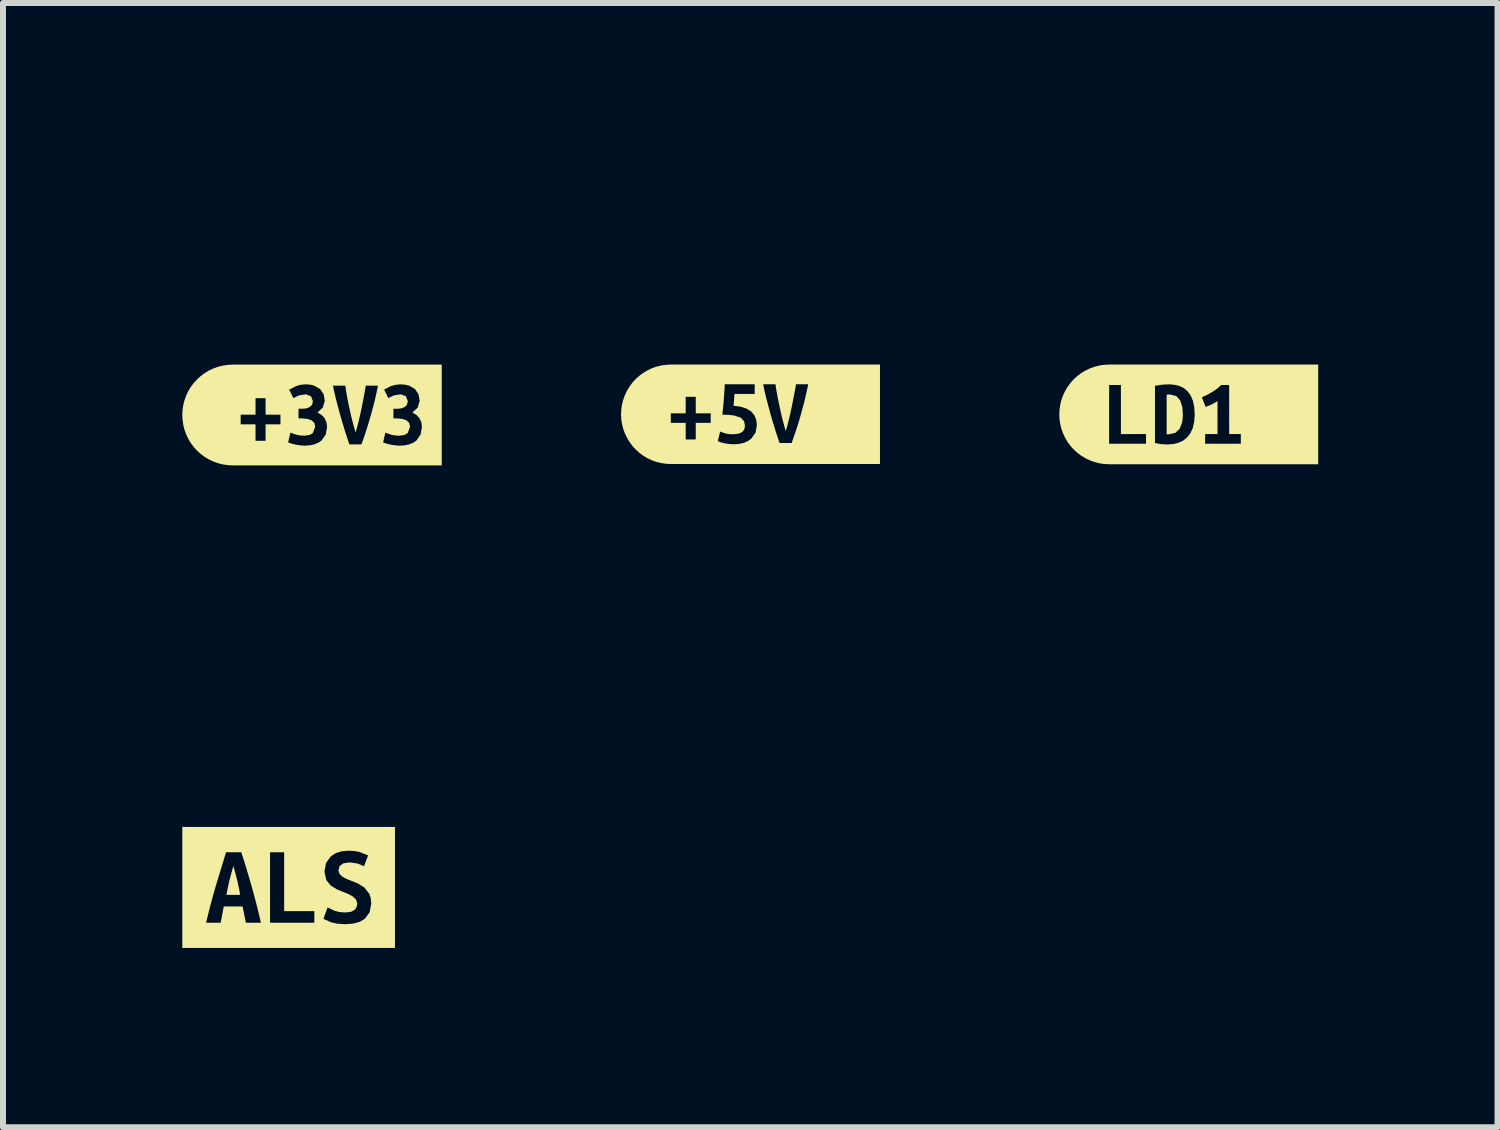
<source format=kicad_pcb>
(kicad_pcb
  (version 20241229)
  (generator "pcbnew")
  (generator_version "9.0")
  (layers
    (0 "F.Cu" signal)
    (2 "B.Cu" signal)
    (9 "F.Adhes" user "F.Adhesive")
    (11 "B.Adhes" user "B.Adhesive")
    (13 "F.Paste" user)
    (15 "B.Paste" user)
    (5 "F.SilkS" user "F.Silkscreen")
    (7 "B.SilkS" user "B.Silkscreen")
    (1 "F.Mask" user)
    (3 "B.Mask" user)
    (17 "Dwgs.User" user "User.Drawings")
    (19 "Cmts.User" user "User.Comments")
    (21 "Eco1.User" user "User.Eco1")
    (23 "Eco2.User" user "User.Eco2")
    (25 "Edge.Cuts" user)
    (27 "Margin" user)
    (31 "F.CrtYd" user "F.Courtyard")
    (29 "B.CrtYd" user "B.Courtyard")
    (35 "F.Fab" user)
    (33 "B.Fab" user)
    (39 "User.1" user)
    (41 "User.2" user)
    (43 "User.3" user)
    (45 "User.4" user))
  (footprint "kibuzzard-645AB211"
    (layer "F.Cu")
    (at 16.838 3.883)
    (property "Reference" "kibuzzard-645AB211" (at 0 -3.882 0) (layer "F.SilkS") (effects (font (size 0.001 0.001) (thickness 0.15))))
    (attr board_only exclude_from_pos_files exclude_from_bom)
    (fp_poly (pts (xy -0.37 0.332) (xy -0.353 0.333) (xy -0.335 0.333) (xy -0.223 0.308) (xy -0.15 0.238) (xy -0.111 0.133) (xy -0.102 0.068) (xy -0.099 -0.002) (xy -0.108 -0.125) (xy -0.142 -0.232) (xy -0.207 -0.306) (xy -0.313 -0.333) (xy -0.342 -0.333) (xy -0.37 -0.329) (xy -0.37 0.332)) (stroke (width 0) (type solid)) (fill yes) (layer "F.SilkS"))
    (fp_poly (pts (xy -1.332 -0.834) (xy -1.332 -0.834) (xy -1.414 -0.83) (xy -1.495 -0.818) (xy -1.574 -0.798) (xy -1.652 -0.77) (xy -1.725 -0.735) (xy -1.796 -0.693) (xy -1.861 -0.645) (xy -1.922 -0.59) (xy -1.977 -0.529) (xy -2.026 -0.463) (xy -2.068 -0.393) (xy -2.103 -0.319) (xy -2.13 -0.242) (xy -2.15 -0.163) (xy -2.162 -0.082) (xy -2.166 0) (xy -2.162 0.082) (xy -2.15 0.163) (xy -2.13 0.242) (xy -2.103 0.319) (xy -2.068 0.393) (xy -2.026 0.463) (xy -1.977 0.529) (xy -1.922 0.59) (xy -1.861 0.645) (xy -1.796 0.693) (xy -1.725 0.735) (xy -1.652 0.77) (xy -1.574 0.798) (xy -1.495 0.818) (xy -1.414 0.83) (xy -1.332 0.834) (xy -1.332 0.834) (xy -0.715 0.834) (xy -0.715 0.491) (xy -1.332 0.491) (xy -1.332 -0.492) (xy -1.135 -0.492) (xy -1.135 0.329) (xy -0.715 0.329) (xy -0.715 0.491) (xy -0.715 0.834) (xy -0.356 0.834) (xy -0.356 0.503) (xy -0.458 0.498) (xy -0.565 0.479) (xy -0.565 -0.479) (xy -0.44 -0.498) (xy -0.331 -0.503) (xy -0.238 -0.496) (xy -0.154 -0.475) (xy -0.079 -0.438) (xy -0.018 -0.385) (xy 0.032 -0.316) (xy 0.069 -0.229) (xy 0.092 -0.125) (xy 0.1 -0.002) (xy 0.091 0.125) (xy 0.066 0.231) (xy 0.025 0.318) (xy -0.029 0.387) (xy -0.095 0.44) (xy -0.173 0.475) (xy -0.26 0.496) (xy -0.356 0.503) (xy -0.356 0.834) (xy 0.871 0.834) (xy 0.871 0.491) (xy 0.274 0.491) (xy 0.274 0.329) (xy 0.481 0.329) (xy 0.481 -0.221) (xy 0.379 -0.164) (xy 0.282 -0.125) (xy 0.219 -0.287) (xy 0.301 -0.324) (xy 0.39 -0.373) (xy 0.474 -0.43) (xy 0.543 -0.492) (xy 0.676 -0.492) (xy 0.676 0.329) (xy 0.871 0.329) (xy 0.871 0.491) (xy 0.871 0.834) (xy 1.836 0.834) (xy 2.166 0.834) (xy 2.166 -0.834) (xy 1.836 -0.834) (xy -1.332 -0.834)) (stroke (width 0) (type solid)) (fill yes) (layer "F.SilkS")))
  (footprint "kibuzzard-645BF6F0"
    (layer "F.Cu")
    (at 1.779 11.797)
    (property "Reference" "kibuzzard-645BF6F0" (at 0 -4.06 0) (layer "F.SilkS") (effects (font (size 0.001 0.001) (thickness 0.15))))
    (attr board_only exclude_from_pos_files exclude_from_bom)
    (fp_poly (pts (xy -0.925 -0.36) (xy -0.96 -0.233) (xy -0.991 -0.115) (xy -1.017 0.002) (xy -1.041 0.124) (xy -0.811 0.124) (xy -0.833 0.002) (xy -0.859 -0.115) (xy -0.89 -0.233) (xy -0.925 -0.36)) (stroke (width 0) (type solid)) (fill yes) (layer "F.SilkS"))
    (fp_poly (pts (xy -1.382 -1.012) (xy -1.779 -1.012) (xy -1.779 1.012) (xy -1.382 1.012) (xy -0.715 1.012) (xy -0.715 0.591) (xy -0.771 0.318) (xy -1.085 0.318) (xy -1.138 0.591) (xy -1.382 0.591) (xy -1.348 0.454) (xy -1.315 0.322) (xy -1.281 0.195) (xy -1.247 0.072) (xy -1.213 -0.045) (xy -1.17 -0.186) (xy -1.128 -0.324) (xy -1.087 -0.458) (xy -1.047 -0.589) (xy -0.792 -0.589) (xy -0.75 -0.457) (xy -0.708 -0.322) (xy -0.666 -0.182) (xy -0.625 -0.039) (xy -0.592 0.079) (xy -0.559 0.201) (xy -0.527 0.327) (xy -0.495 0.457) (xy -0.464 0.591) (xy -0.715 0.591) (xy -0.715 1.012) (xy 0.43 1.012) (xy 0.43 0.591) (xy -0.311 0.591) (xy -0.311 -0.589) (xy -0.075 -0.589) (xy -0.075 0.396) (xy 0.43 0.396) (xy 0.43 0.591) (xy 0.43 1.012) (xy 0.948 1.012) (xy 0.948 0.615) (xy 0.816 0.607) (xy 0.713 0.584) (xy 0.582 0.526) (xy 0.651 0.335) (xy 0.773 0.392) (xy 0.853 0.412) (xy 0.948 0.419) (xy 1.046 0.407) (xy 1.108 0.372) (xy 1.139 0.323) (xy 1.148 0.267) (xy 1.127 0.202) (xy 1.073 0.151) (xy 1.001 0.111) (xy 0.921 0.078) (xy 0.811 0.034) (xy 0.707 -0.029) (xy 0.63 -0.123) (xy 0.599 -0.263) (xy 0.626 -0.411) (xy 0.707 -0.522) (xy 0.788 -0.574) (xy 0.886 -0.605) (xy 1.003 -0.615) (xy 1.105 -0.609) (xy 1.193 -0.591) (xy 1.329 -0.535) (xy 1.26 -0.354) (xy 1.154 -0.4) (xy 1.02 -0.419) (xy 0.916 -0.404) (xy 0.854 -0.359) (xy 0.833 -0.284) (xy 0.852 -0.224) (xy 0.901 -0.178) (xy 0.968 -0.143) (xy 1.041 -0.114) (xy 1.156 -0.068) (xy 1.267 0.001) (xy 1.35 0.108) (xy 1.374 0.18) (xy 1.382 0.269) (xy 1.355 0.416) (xy 1.274 0.525) (xy 1.19 0.575) (xy 1.081 0.605) (xy 0.948 0.615) (xy 0.948 1.012) (xy 1.382 1.012) (xy 1.779 1.012) (xy 1.779 -1.012) (xy 1.382 -1.012) (xy -1.382 -1.012)) (stroke (width 0) (type solid)) (fill yes) (layer "F.SilkS")))
  (footprint "kibuzzard-645AB1F5"
    (layer "F.Cu")
    (at 2.17 3.893)
    (property "Reference" "kibuzzard-645AB1F5" (at 0 -3.891 0) (layer "F.SilkS") (effects (font (size 0.001 0.001) (thickness 0.15))))
    (attr board_only exclude_from_pos_files exclude_from_bom)
    (fp_poly (pts (xy -1.194 -0.843) (xy -1.327 -0.843) (xy -1.409 -0.839) (xy -1.491 -0.827) (xy -1.571 -0.807) (xy -1.649 -0.779) (xy -1.724 -0.744) (xy -1.795 -0.701) (xy -1.862 -0.652) (xy -1.923 -0.596) (xy -1.979 -0.535) (xy -2.028 -0.469) (xy -2.071 -0.398) (xy -2.106 -0.323) (xy -2.134 -0.245) (xy -2.154 -0.165) (xy -2.166 -0.083) (xy -2.17 0) (xy -2.166 0.083) (xy -2.154 0.165) (xy -2.134 0.245) (xy -2.106 0.323) (xy -2.071 0.398) (xy -2.028 0.469) (xy -1.979 0.535) (xy -1.923 0.596) (xy -1.862 0.652) (xy -1.795 0.701) (xy -1.724 0.744) (xy -1.649 0.779) (xy -1.571 0.807) (xy -1.491 0.827) (xy -1.409 0.839) (xy -1.327 0.843) (xy -1.194 0.843) (xy -0.777 0.843) (xy -0.777 0.432) (xy -0.945 0.432) (xy -0.945 0.156) (xy -1.194 0.156) (xy -1.194 -0.005) (xy -0.945 -0.005) (xy -0.945 -0.281) (xy -0.777 -0.281) (xy -0.777 -0.005) (xy -0.528 -0.005) (xy -0.528 0.156) (xy -0.777 0.156) (xy -0.777 0.432) (xy -0.777 0.843) (xy -0.126 0.843) (xy -0.126 0.513) (xy -0.203 0.507) (xy -0.281 0.494) (xy -0.35 0.476) (xy -0.399 0.459) (xy -0.361 0.295) (xy -0.266 0.329) (xy -0.203 0.342) (xy -0.128 0.346) (xy -0.042 0.335) (xy 0.013 0.303) (xy 0.053 0.197) (xy 0.038 0.131) (xy -0.008 0.088) (xy -0.079 0.065) (xy -0.166 0.057) (xy -0.226 0.057) (xy -0.226 -0.105) (xy -0.153 -0.105) (xy -0.093 -0.111) (xy -0.039 -0.132) (xy 0.000265 -0.17) (xy 0.015 -0.23) (xy -0.017 -0.315) (xy -0.107 -0.346) (xy -0.217 -0.328) (xy -0.312 -0.283) (xy -0.382 -0.425) (xy -0.268 -0.483) (xy -0.193 -0.505) (xy -0.108 -0.513) (xy -0.031 -0.508) (xy 0.035 -0.492) (xy 0.136 -0.434) (xy 0.195 -0.346) (xy 0.214 -0.237) (xy 0.18 -0.124) (xy 0.092 -0.041) (xy 0.159 -0.002) (xy 0.21 0.052) (xy 0.241 0.12) (xy 0.252 0.2) (xy 0.23 0.325) (xy 0.161 0.425) (xy 0.109 0.462) (xy 0.044 0.49) (xy -0.034 0.507) (xy -0.126 0.513) (xy -0.126 0.843) (xy 0.625 0.843) (xy 0.625 0.492) (xy 0.586 0.375) (xy 0.544 0.244) (xy 0.516 0.152) (xy 0.489 0.061) (xy 0.463 -0.031) (xy 0.439 -0.121) (xy 0.416 -0.207) (xy 0.395 -0.291) (xy 0.369 -0.402) (xy 0.35 -0.491) (xy 0.557 -0.491) (xy 0.569 -0.408) (xy 0.585 -0.314) (xy 0.605 -0.211) (xy 0.627 -0.106) (xy 0.651 0.001) (xy 0.677 0.106) (xy 0.703 0.204) (xy 0.728 0.292) (xy 0.754 0.205) (xy 0.779 0.107) (xy 0.804 0.002) (xy 0.827 -0.104) (xy 0.848 -0.21) (xy 0.868 -0.313) (xy 0.885 -0.408) (xy 0.9 -0.491) (xy 1.104 -0.491) (xy 1.083 -0.39) (xy 1.058 -0.278) (xy 1.028 -0.157) (xy 0.994 -0.031) (xy 0.969 0.056) (xy 0.943 0.144) (xy 0.915 0.233) (xy 0.887 0.321) (xy 0.857 0.408) (xy 0.827 0.492) (xy 0.625 0.492) (xy 0.625 0.843) (xy 1.462 0.843) (xy 1.462 0.513) (xy 1.385 0.507) (xy 1.307 0.494) (xy 1.238 0.476) (xy 1.189 0.459) (xy 1.227 0.295) (xy 1.321 0.329) (xy 1.385 0.342) (xy 1.46 0.346) (xy 1.545 0.335) (xy 1.6 0.303) (xy 1.641 0.197) (xy 1.625 0.131) (xy 1.579 0.088) (xy 1.509 0.065) (xy 1.422 0.057) (xy 1.362 0.057) (xy 1.362 -0.105) (xy 1.435 -0.105) (xy 1.495 -0.111) (xy 1.549 -0.132) (xy 1.588 -0.17) (xy 1.603 -0.23) (xy 1.57 -0.315) (xy 1.481 -0.346) (xy 1.37 -0.328) (xy 1.276 -0.283) (xy 1.206 -0.425) (xy 1.319 -0.483) (xy 1.395 -0.505) (xy 1.479 -0.513) (xy 1.556 -0.508) (xy 1.623 -0.492) (xy 1.723 -0.434) (xy 1.782 -0.346) (xy 1.801 -0.237) (xy 1.768 -0.124) (xy 1.679 -0.041) (xy 1.747 -0.002) (xy 1.797 0.052) (xy 1.829 0.12) (xy 1.839 0.2) (xy 1.817 0.325) (xy 1.749 0.425) (xy 1.697 0.462) (xy 1.631 0.49) (xy 1.553 0.507) (xy 1.462 0.513) (xy 1.462 0.843) (xy 1.839 0.843) (xy 2.17 0.843) (xy 2.17 -0.843) (xy 1.839 -0.843) (xy -1.194 -0.843)) (stroke (width 0) (type solid)) (fill yes) (layer "F.SilkS")))
  (footprint "kibuzzard-645AB20B"
    (layer "F.Cu")
    (at 9.506 3.881)
    (property "Reference" "kibuzzard-645AB20B" (at 0 -3.88 0) (layer "F.SilkS") (effects (font (size 0.001 0.001) (thickness 0.15))))
    (attr board_only exclude_from_pos_files exclude_from_bom)
    (fp_poly (pts (xy -1.333 -0.832) (xy -1.333 -0.832) (xy -1.415 -0.828) (xy -1.496 -0.816) (xy -1.575 -0.797) (xy -1.652 -0.769) (xy -1.726 -0.734) (xy -1.796 -0.692) (xy -1.861 -0.643) (xy -1.922 -0.589) (xy -1.977 -0.528) (xy -2.025 -0.462) (xy -2.067 -0.392) (xy -2.102 -0.319) (xy -2.13 -0.242) (xy -2.15 -0.162) (xy -2.162 -0.082) (xy -2.166 0) (xy -2.162 0.082) (xy -2.15 0.162) (xy -2.13 0.242) (xy -2.102 0.319) (xy -2.067 0.392) (xy -2.025 0.462) (xy -1.977 0.528) (xy -1.922 0.589) (xy -1.861 0.643) (xy -1.796 0.692) (xy -1.726 0.734) (xy -1.652 0.769) (xy -1.575 0.797) (xy -1.496 0.816) (xy -1.415 0.828) (xy -1.333 0.832) (xy -1.333 0.832) (xy -0.916 0.832) (xy -0.916 0.421) (xy -1.084 0.421) (xy -1.084 0.144) (xy -1.333 0.144) (xy -1.333 -0.016) (xy -1.084 -0.016) (xy -1.084 -0.292) (xy -0.916 -0.292) (xy -0.916 -0.016) (xy -0.666 -0.016) (xy -0.666 0.144) (xy -0.916 0.144) (xy -0.916 0.421) (xy -0.916 0.832) (xy -0.282 0.832) (xy -0.282 0.502) (xy -0.36 0.497) (xy -0.436 0.485) (xy -0.502 0.468) (xy -0.547 0.451) (xy -0.508 0.289) (xy -0.419 0.321) (xy -0.358 0.331) (xy -0.284 0.335) (xy -0.189 0.322) (xy -0.13 0.29) (xy -0.101 0.244) (xy -0.093 0.192) (xy -0.107 0.117) (xy -0.161 0.058) (xy -0.276 0.02) (xy -0.362 0.01) (xy -0.471 0.006) (xy -0.457 -0.126) (xy -0.446 -0.255) (xy -0.437 -0.38) (xy -0.431 -0.502) (xy 0.07 -0.502) (xy 0.07 -0.34) (xy -0.268 -0.34) (xy -0.276 -0.233) (xy -0.284 -0.143) (xy -0.164 -0.127) (xy -0.066 -0.095) (xy 0.01 -0.048) (xy 0.064 0.015) (xy 0.096 0.092) (xy 0.107 0.184) (xy 0.083 0.31) (xy 0.01 0.411) (xy -0.045 0.449) (xy -0.112 0.478) (xy -0.191 0.496) (xy -0.282 0.502) (xy -0.282 0.832) (xy 0.486 0.832) (xy 0.486 0.481) (xy 0.447 0.364) (xy 0.405 0.233) (xy 0.377 0.141) (xy 0.35 0.05) (xy 0.324 -0.042) (xy 0.3 -0.132) (xy 0.277 -0.218) (xy 0.256 -0.302) (xy 0.23 -0.413) (xy 0.212 -0.502) (xy 0.418 -0.502) (xy 0.43 -0.419) (xy 0.447 -0.325) (xy 0.467 -0.222) (xy 0.489 -0.117) (xy 0.512 -0.01) (xy 0.538 0.094) (xy 0.564 0.193) (xy 0.589 0.281) (xy 0.615 0.194) (xy 0.64 0.096) (xy 0.665 -0.009) (xy 0.688 -0.115) (xy 0.709 -0.221) (xy 0.729 -0.324) (xy 0.747 -0.419) (xy 0.761 -0.502) (xy 0.966 -0.502) (xy 0.944 -0.401) (xy 0.919 -0.289) (xy 0.889 -0.168) (xy 0.855 -0.042) (xy 0.831 0.045) (xy 0.805 0.133) (xy 0.777 0.221) (xy 0.748 0.31) (xy 0.718 0.396) (xy 0.688 0.481) (xy 0.486 0.481) (xy 0.486 0.832) (xy 1.835 0.832) (xy 2.166 0.832) (xy 2.166 -0.832) (xy 1.835 -0.832) (xy -1.333 -0.832)) (stroke (width 0) (type solid)) (fill yes) (layer "F.SilkS")))
  (gr_rect
    (start -3 -3)
    (end 22.004 15.809)
    (stroke (width 0.1) (type default))
    (fill no)
    (layer "Edge.Cuts")))
</source>
